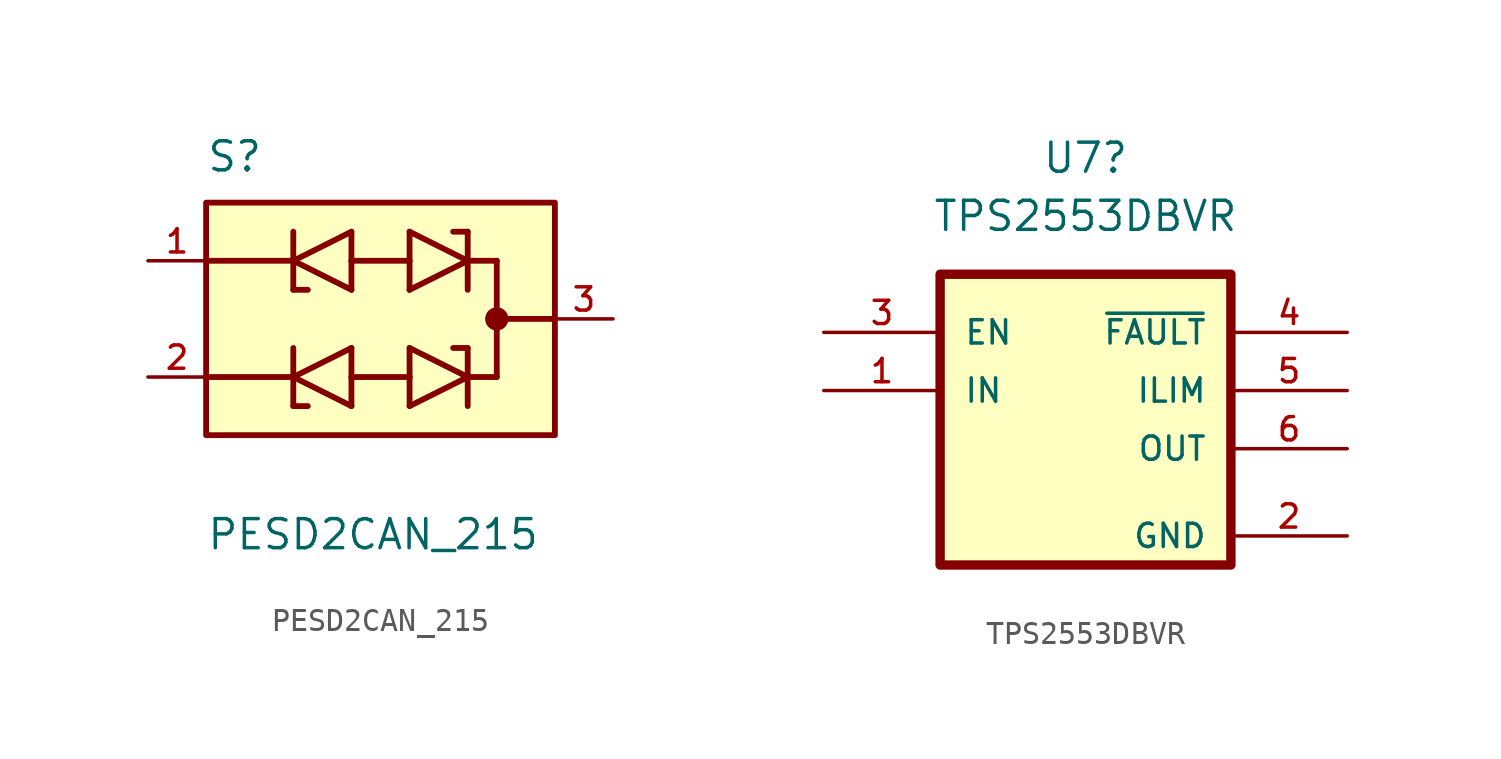
<source format=kicad_sym>
(kicad_symbol_lib
  (version 20241209)
  (generator "kicad_symbol_editor")
  (generator_version "9.0")
  (symbol "PESD2CAN_215"
    (pin_names
      (offset 1.016))
    (property "Reference" "S"
      (at -7.62 6.35 0)
      (effects (font (size 1.27 1.27)) (justify left bottom)))
    (property "Value" "PESD2CAN_215"
      (at -7.62 -10.16 0)
      (effects (font (size 1.27 1.27)) (justify left bottom)))
    (symbol "PESD2CAN_215_0_0"
      (polyline (pts (xy -7.62 2.54) (xy -3.81 2.54)) (stroke (width 0.254) (type default)) (fill (type none)))
      (polyline (pts (xy -7.62 -2.54) (xy -3.81 -2.54)) (stroke (width 0.254) (type default)) (fill (type none)))
      (rectangle (start -7.62 -5.08) (end 7.62 5.08) (stroke (width 0.254) (type default)) (fill (type background)))
      (polyline (pts (xy -3.81 2.54) (xy -3.81 3.81)) (stroke (width 0.254) (type default)) (fill (type none)))
      (polyline (pts (xy -3.81 2.54) (xy -1.27 1.27)) (stroke (width 0.254) (type default)) (fill (type none)))
      (polyline (pts (xy -3.81 1.27) (xy -3.81 2.54)) (stroke (width 0.254) (type default)) (fill (type none)))
      (polyline (pts (xy -3.81 -2.54) (xy -3.81 -1.27)) (stroke (width 0.254) (type default)) (fill (type none)))
      (polyline (pts (xy -3.81 -2.54) (xy -1.27 -3.81)) (stroke (width 0.254) (type default)) (fill (type none)))
      (polyline (pts (xy -3.81 -3.81) (xy -3.81 -2.54)) (stroke (width 0.254) (type default)) (fill (type none)))
      (polyline (pts (xy -3.175 1.27) (xy -3.81 1.27)) (stroke (width 0.254) (type default)) (fill (type none)))
      (polyline (pts (xy -3.175 -3.81) (xy -3.81 -3.81)) (stroke (width 0.254) (type default)) (fill (type none)))
      (polyline (pts (xy -1.27 3.81) (xy -3.81 2.54)) (stroke (width 0.254) (type default)) (fill (type none)))
      (polyline (pts (xy -1.27 2.54) (xy -1.27 3.81)) (stroke (width 0.254) (type default)) (fill (type none)))
      (polyline (pts (xy -1.27 2.54) (xy 1.27 2.54)) (stroke (width 0.254) (type default)) (fill (type none)))
      (polyline (pts (xy -1.27 1.27) (xy -1.27 2.54)) (stroke (width 0.254) (type default)) (fill (type none)))
      (polyline (pts (xy -1.27 -1.27) (xy -3.81 -2.54)) (stroke (width 0.254) (type default)) (fill (type none)))
      (polyline (pts (xy -1.27 -2.54) (xy -1.27 -1.27)) (stroke (width 0.254) (type default)) (fill (type none)))
      (polyline (pts (xy -1.27 -2.54) (xy 1.27 -2.54)) (stroke (width 0.254) (type default)) (fill (type none)))
      (polyline (pts (xy -1.27 -3.81) (xy -1.27 -2.54)) (stroke (width 0.254) (type default)) (fill (type none)))
      (polyline (pts (xy 1.27 3.81) (xy 1.27 2.54)) (stroke (width 0.254) (type default)) (fill (type none)))
      (polyline (pts (xy 1.27 2.54) (xy 1.27 1.27)) (stroke (width 0.254) (type default)) (fill (type none)))
      (polyline (pts (xy 1.27 1.27) (xy 3.81 2.54)) (stroke (width 0.254) (type default)) (fill (type none)))
      (polyline (pts (xy 1.27 -1.27) (xy 1.27 -2.54)) (stroke (width 0.254) (type default)) (fill (type none)))
      (polyline (pts (xy 1.27 -2.54) (xy 1.27 -3.81)) (stroke (width 0.254) (type default)) (fill (type none)))
      (polyline (pts (xy 1.27 -3.81) (xy 3.81 -2.54)) (stroke (width 0.254) (type default)) (fill (type none)))
      (polyline (pts (xy 3.175 3.81) (xy 3.81 3.81)) (stroke (width 0.254) (type default)) (fill (type none)))
      (polyline (pts (xy 3.175 -1.27) (xy 3.81 -1.27)) (stroke (width 0.254) (type default)) (fill (type none)))
      (polyline (pts (xy 3.81 3.81) (xy 3.81 2.54)) (stroke (width 0.254) (type default)) (fill (type none)))
      (polyline (pts (xy 3.81 2.54) (xy 1.27 3.81)) (stroke (width 0.254) (type default)) (fill (type none)))
      (polyline (pts (xy 3.81 2.54) (xy 3.81 1.27)) (stroke (width 0.254) (type default)) (fill (type none)))
      (polyline (pts (xy 3.81 -1.27) (xy 3.81 -2.54)) (stroke (width 0.254) (type default)) (fill (type none)))
      (polyline (pts (xy 3.81 -2.54) (xy 1.27 -1.27)) (stroke (width 0.254) (type default)) (fill (type none)))
      (polyline (pts (xy 3.81 -2.54) (xy 3.81 -3.81)) (stroke (width 0.254) (type default)) (fill (type none)))
      (polyline (pts (xy 5.08 2.54) (xy 3.81 2.54)) (stroke (width 0.254) (type default)) (fill (type none)))
      (polyline (pts (xy 5.08 2.54) (xy 5.08 0)) (stroke (width 0.254) (type default)) (fill (type none)))
      (polyline (pts (xy 5.08 0) (xy 5.08 -2.54)) (stroke (width 0.254) (type default)) (fill (type none)))
      (polyline (pts (xy 5.08 0) (xy 7.62 0)) (stroke (width 0.254) (type default)) (fill (type none)))
      (circle (center 5.08 0) (radius 0.254) (stroke (width 0.508) (type default)) (fill (type none)))
      (polyline (pts (xy 5.08 -2.54) (xy 3.81 -2.54)) (stroke (width 0.254) (type default)) (fill (type none)))
      (pin passive line (at -10.16 2.54 0) (length 2.54) (name "~" (effects (font (size 1.016 1.016)))) (number "1" (effects (font (size 1.016 1.016)))))
      (pin passive line (at -10.16 -2.54 0) (length 2.54) (name "~" (effects (font (size 1.016 1.016)))) (number "2" (effects (font (size 1.016 1.016)))))
      (pin passive line (at 10.16 0 180) (length 2.54) (name "~" (effects (font (size 1.016 1.016)))) (number "3" (effects (font (size 1.016 1.016)))))))
  (symbol "TPS2553DBVR"
    (pin_names
      (offset 1.016))
    (property "Reference" "U7"
      (at -6.35 15.24 0)
      (effects (font (size 1.27 1.27))))
    (property "Value" "TPS2553DBVR"
      (at -6.35 12.7 0)
      (effects (font (size 1.27 1.27))))
    (symbol "TPS2553DBVR_0_0"
      (rectangle (start -12.7 10.16) (end 0 -2.54) (stroke (width 0.41) (type default)) (fill (type background)))
      (pin input line (at -17.78 7.62 0) (length 5.08) (name "EN" (effects (font (size 1.016 1.016)))) (number "3" (effects (font (size 1.016 1.016)))))
      (pin input line (at -17.78 5.08 0) (length 5.08) (name "IN" (effects (font (size 1.016 1.016)))) (number "1" (effects (font (size 1.016 1.016)))))
      (pin output line (at 5.08 7.62 180) (length 5.08) (name "~{FAULT}" (effects (font (size 1.016 1.016)))) (number "4" (effects (font (size 1.016 1.016)))))
      (pin output line (at 5.08 5.08 180) (length 5.08) (name "ILIM" (effects (font (size 1.016 1.016)))) (number "5" (effects (font (size 1.016 1.016)))))
      (pin power_in line (at 5.08 -1.27 180) (length 5.08) (name "GND" (effects (font (size 1.016 1.016)))) (number "2" (effects (font (size 1.016 1.016))))))
    (symbol "TPS2553DBVR_1_0"
      (pin power_out line (at 5.08 2.54 180) (length 5.08) (name "OUT" (effects (font (size 1.016 1.016)))) (number "6" (effects (font (size 1.016 1.016))))))))
</source>
